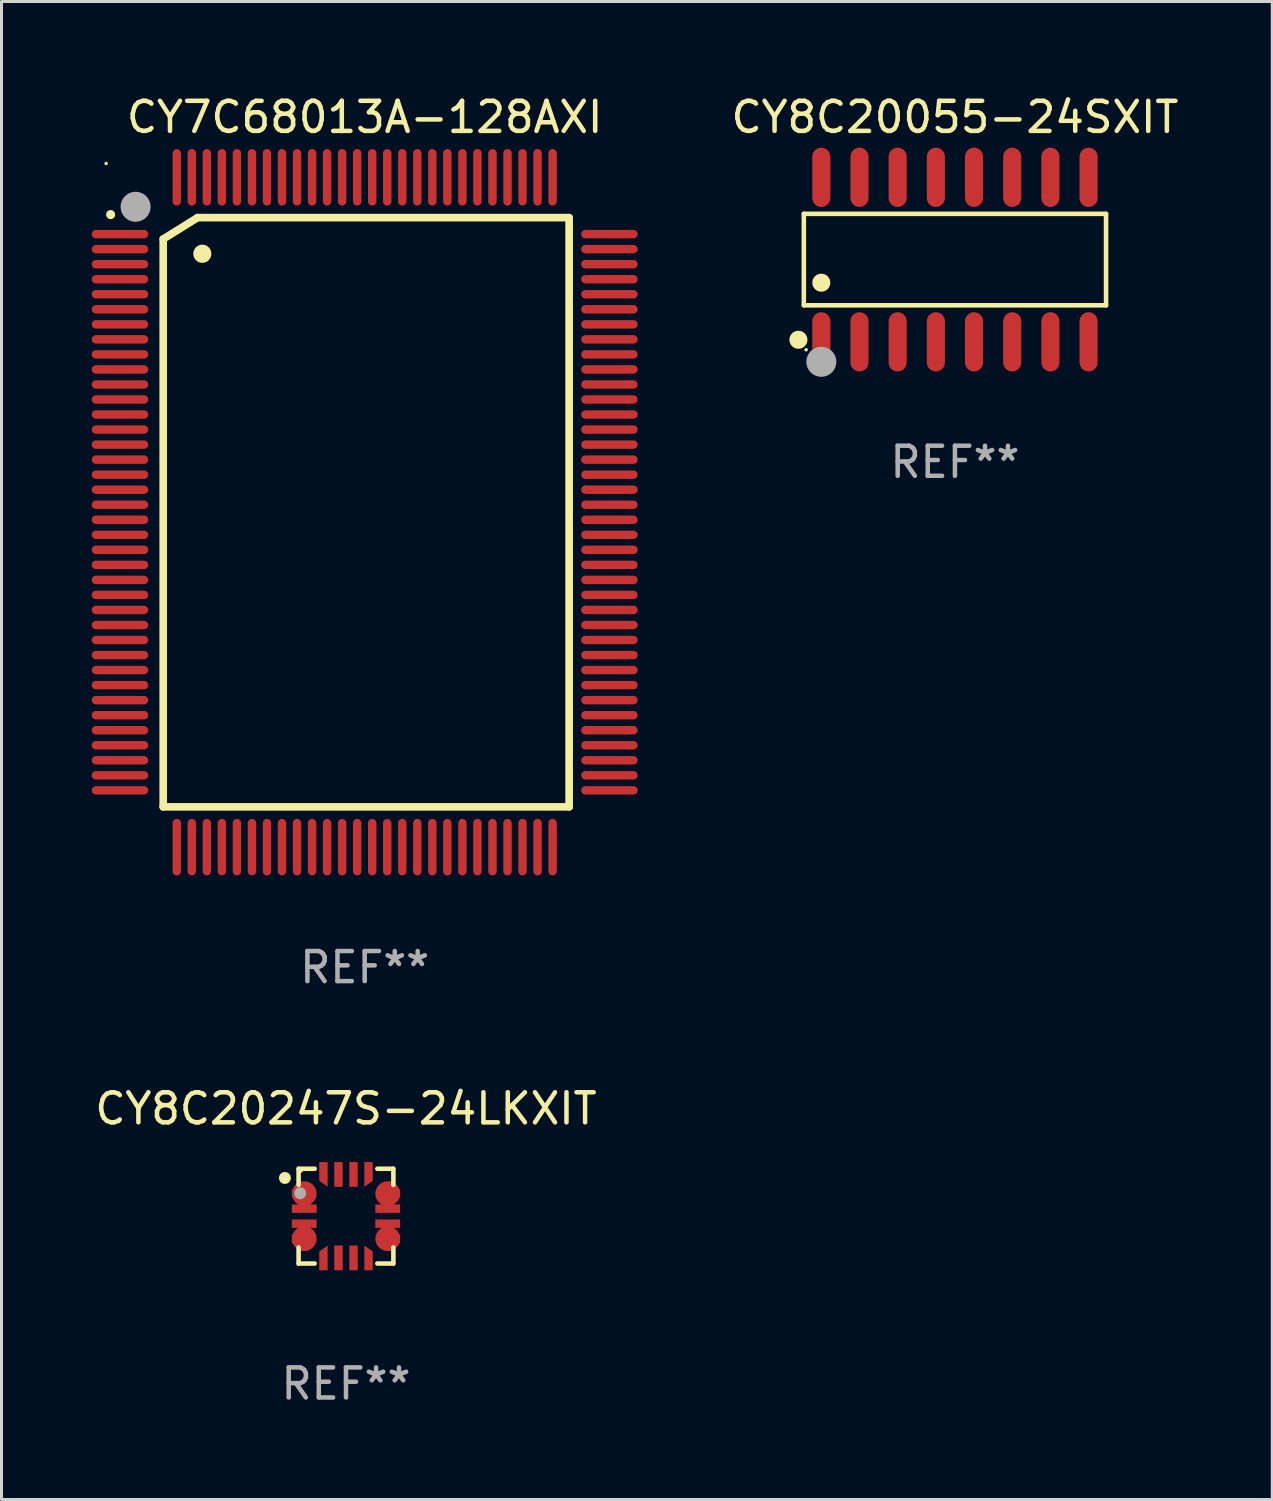
<source format=kicad_pcb>
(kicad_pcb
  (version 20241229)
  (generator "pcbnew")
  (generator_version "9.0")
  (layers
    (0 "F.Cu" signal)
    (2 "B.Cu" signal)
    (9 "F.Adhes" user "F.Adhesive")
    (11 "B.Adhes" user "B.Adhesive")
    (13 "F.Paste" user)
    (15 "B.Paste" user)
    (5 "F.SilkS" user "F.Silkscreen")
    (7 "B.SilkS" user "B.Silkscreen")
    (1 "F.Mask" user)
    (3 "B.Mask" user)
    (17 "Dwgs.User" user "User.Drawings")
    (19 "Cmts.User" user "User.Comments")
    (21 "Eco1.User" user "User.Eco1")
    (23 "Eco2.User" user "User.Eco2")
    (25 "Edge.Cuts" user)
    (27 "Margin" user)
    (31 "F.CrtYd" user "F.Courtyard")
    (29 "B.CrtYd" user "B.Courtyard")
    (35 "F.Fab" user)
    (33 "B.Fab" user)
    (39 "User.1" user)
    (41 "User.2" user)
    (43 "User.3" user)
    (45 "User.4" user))
  (footprint "CY7C68013A-128AXI"
    (layer "F.Cu")
    (at 9.08 13.988)
    (property "Reference" "CY7C68013A-128AXI" (at 0 -13.14 0) (layer "F.SilkS") (effects (font (size 1 1) (thickness 0.15))))
    (attr through_hole)
    (fp_line (start -6.701 -9.088) (end -6.701 9.799) (stroke (width 0.254) (type solid)) (layer "F.SilkS"))
    (fp_line (start -6.701 9.799) (end 6.8 9.799) (stroke (width 0.254) (type solid)) (layer "F.SilkS"))
    (fp_line (start -5.56 -9.799) (end -6.701 -9.088) (stroke (width 0.254) (type solid)) (layer "F.SilkS"))
    (fp_line (start 6.8 -9.799) (end -5.56 -9.799) (stroke (width 0.254) (type solid)) (layer "F.SilkS"))
    (fp_line (start 6.8 9.799) (end 6.8 -9.799) (stroke (width 0.254) (type solid)) (layer "F.SilkS"))
    (fp_arc (start -8.450597 -9.8984) (mid -8.450602 -9.89967) (end -8.450597 -9.90094) (stroke (width 0.3) (type solid)) (layer "F.SilkS"))
    (fp_arc (start -5.400051 -8.595377) (mid -5.400062 -8.597917) (end -5.400051 -8.600457) (stroke (width 0.6) (type solid)) (layer "F.SilkS"))
    (fp_circle (center -8.6 -11.6) (end -8.57 -11.6) (stroke (width 0.06) (type solid)) (fill no) (layer "F.SilkS"))
    (fp_circle (center -7.62 -10.16) (end -7.37 -10.16) (stroke (width 0.5) (type solid)) (fill no) (layer "F.Fab"))
    (fp_text user "REF**" (at 0 15.14 0) (layer "F.Fab") (effects (font (size 1 1) (thickness 0.15))))
    (pad "1" smd oval (at -8.14 -9.25 90) (size 0.28 1.88) (layers "F.Cu" "F.Mask" "F.Paste"))
    (pad "2" smd oval (at -8.14 -8.75 90) (size 0.28 1.88) (layers "F.Cu" "F.Mask" "F.Paste"))
    (pad "3" smd oval (at -8.14 -8.25 90) (size 0.28 1.88) (layers "F.Cu" "F.Mask" "F.Paste"))
    (pad "4" smd oval (at -8.14 -7.75 90) (size 0.28 1.88) (layers "F.Cu" "F.Mask" "F.Paste"))
    (pad "5" smd oval (at -8.14 -7.25 90) (size 0.28 1.88) (layers "F.Cu" "F.Mask" "F.Paste"))
    (pad "6" smd oval (at -8.14 -6.75 90) (size 0.28 1.88) (layers "F.Cu" "F.Mask" "F.Paste"))
    (pad "7" smd oval (at -8.14 -6.25 90) (size 0.28 1.88) (layers "F.Cu" "F.Mask" "F.Paste"))
    (pad "8" smd oval (at -8.14 -5.75 90) (size 0.28 1.88) (layers "F.Cu" "F.Mask" "F.Paste"))
    (pad "9" smd oval (at -8.14 -5.25 90) (size 0.28 1.88) (layers "F.Cu" "F.Mask" "F.Paste"))
    (pad "10" smd oval (at -8.14 -4.75 90) (size 0.28 1.88) (layers "F.Cu" "F.Mask" "F.Paste"))
    (pad "11" smd oval (at -8.14 -4.25 90) (size 0.28 1.88) (layers "F.Cu" "F.Mask" "F.Paste"))
    (pad "12" smd oval (at -8.14 -3.75 90) (size 0.28 1.88) (layers "F.Cu" "F.Mask" "F.Paste"))
    (pad "13" smd oval (at -8.14 -3.25 90) (size 0.28 1.88) (layers "F.Cu" "F.Mask" "F.Paste"))
    (pad "14" smd oval (at -8.14 -2.75 90) (size 0.28 1.88) (layers "F.Cu" "F.Mask" "F.Paste"))
    (pad "15" smd oval (at -8.14 -2.25 90) (size 0.28 1.88) (layers "F.Cu" "F.Mask" "F.Paste"))
    (pad "16" smd oval (at -8.14 -1.75 90) (size 0.28 1.88) (layers "F.Cu" "F.Mask" "F.Paste"))
    (pad "17" smd oval (at -8.14 -1.25 90) (size 0.28 1.88) (layers "F.Cu" "F.Mask" "F.Paste"))
    (pad "18" smd oval (at -8.14 -0.75 90) (size 0.28 1.88) (layers "F.Cu" "F.Mask" "F.Paste"))
    (pad "19" smd oval (at -8.14 -0.25 90) (size 0.28 1.88) (layers "F.Cu" "F.Mask" "F.Paste"))
    (pad "20" smd oval (at -8.14 0.25 90) (size 0.28 1.88) (layers "F.Cu" "F.Mask" "F.Paste"))
    (pad "21" smd oval (at -8.14 0.75 90) (size 0.28 1.88) (layers "F.Cu" "F.Mask" "F.Paste"))
    (pad "22" smd oval (at -8.14 1.25 90) (size 0.28 1.88) (layers "F.Cu" "F.Mask" "F.Paste"))
    (pad "23" smd oval (at -8.14 1.75 90) (size 0.28 1.88) (layers "F.Cu" "F.Mask" "F.Paste"))
    (pad "24" smd oval (at -8.14 2.25 90) (size 0.28 1.88) (layers "F.Cu" "F.Mask" "F.Paste"))
    (pad "25" smd oval (at -8.14 2.75 90) (size 0.28 1.88) (layers "F.Cu" "F.Mask" "F.Paste"))
    (pad "26" smd oval (at -8.14 3.25 90) (size 0.28 1.88) (layers "F.Cu" "F.Mask" "F.Paste"))
    (pad "27" smd oval (at -8.14 3.75 90) (size 0.28 1.88) (layers "F.Cu" "F.Mask" "F.Paste"))
    (pad "28" smd oval (at -8.14 4.25 90) (size 0.28 1.88) (layers "F.Cu" "F.Mask" "F.Paste"))
    (pad "29" smd oval (at -8.14 4.75 90) (size 0.28 1.88) (layers "F.Cu" "F.Mask" "F.Paste"))
    (pad "30" smd oval (at -8.14 5.25 90) (size 0.28 1.88) (layers "F.Cu" "F.Mask" "F.Paste"))
    (pad "31" smd oval (at -8.14 5.75 90) (size 0.28 1.88) (layers "F.Cu" "F.Mask" "F.Paste"))
    (pad "32" smd oval (at -8.14 6.25 90) (size 0.28 1.88) (layers "F.Cu" "F.Mask" "F.Paste"))
    (pad "33" smd oval (at -8.14 6.75 90) (size 0.28 1.88) (layers "F.Cu" "F.Mask" "F.Paste"))
    (pad "34" smd oval (at -8.14 7.25 90) (size 0.28 1.88) (layers "F.Cu" "F.Mask" "F.Paste"))
    (pad "35" smd oval (at -8.14 7.75 90) (size 0.28 1.88) (layers "F.Cu" "F.Mask" "F.Paste"))
    (pad "36" smd oval (at -8.14 8.25 90) (size 0.28 1.88) (layers "F.Cu" "F.Mask" "F.Paste"))
    (pad "37" smd oval (at -8.14 8.75 90) (size 0.28 1.88) (layers "F.Cu" "F.Mask" "F.Paste"))
    (pad "38" smd oval (at -8.14 9.25 90) (size 0.28 1.88) (layers "F.Cu" "F.Mask" "F.Paste"))
    (pad "39" smd oval (at -6.25 11.14 180) (size 0.28 1.88) (layers "F.Cu" "F.Mask" "F.Paste"))
    (pad "40" smd oval (at -5.75 11.14 180) (size 0.28 1.88) (layers "F.Cu" "F.Mask" "F.Paste"))
    (pad "41" smd oval (at -5.25 11.14 180) (size 0.28 1.88) (layers "F.Cu" "F.Mask" "F.Paste"))
    (pad "42" smd oval (at -4.75 11.14 180) (size 0.28 1.88) (layers "F.Cu" "F.Mask" "F.Paste"))
    (pad "43" smd oval (at -4.25 11.14 180) (size 0.28 1.88) (layers "F.Cu" "F.Mask" "F.Paste"))
    (pad "44" smd oval (at -3.75 11.14 180) (size 0.28 1.88) (layers "F.Cu" "F.Mask" "F.Paste"))
    (pad "45" smd oval (at -3.25 11.14 180) (size 0.28 1.88) (layers "F.Cu" "F.Mask" "F.Paste"))
    (pad "46" smd oval (at -2.75 11.14 180) (size 0.28 1.88) (layers "F.Cu" "F.Mask" "F.Paste"))
    (pad "47" smd oval (at -2.25 11.14 180) (size 0.28 1.88) (layers "F.Cu" "F.Mask" "F.Paste"))
    (pad "48" smd oval (at -1.75 11.14 180) (size 0.28 1.88) (layers "F.Cu" "F.Mask" "F.Paste"))
    (pad "49" smd oval (at -1.25 11.14 180) (size 0.28 1.88) (layers "F.Cu" "F.Mask" "F.Paste"))
    (pad "50" smd oval (at -0.75 11.14 180) (size 0.28 1.88) (layers "F.Cu" "F.Mask" "F.Paste"))
    (pad "51" smd oval (at -0.25 11.14 180) (size 0.28 1.88) (layers "F.Cu" "F.Mask" "F.Paste"))
    (pad "52" smd oval (at 0.25 11.14 180) (size 0.28 1.88) (layers "F.Cu" "F.Mask" "F.Paste"))
    (pad "53" smd oval (at 0.75 11.14 180) (size 0.28 1.88) (layers "F.Cu" "F.Mask" "F.Paste"))
    (pad "54" smd oval (at 1.25 11.14 180) (size 0.28 1.88) (layers "F.Cu" "F.Mask" "F.Paste"))
    (pad "55" smd oval (at 1.75 11.14 180) (size 0.28 1.88) (layers "F.Cu" "F.Mask" "F.Paste"))
    (pad "56" smd oval (at 2.25 11.14 180) (size 0.28 1.88) (layers "F.Cu" "F.Mask" "F.Paste"))
    (pad "57" smd oval (at 2.75 11.14 180) (size 0.28 1.88) (layers "F.Cu" "F.Mask" "F.Paste"))
    (pad "58" smd oval (at 3.25 11.14 180) (size 0.28 1.88) (layers "F.Cu" "F.Mask" "F.Paste"))
    (pad "59" smd oval (at 3.75 11.14 180) (size 0.28 1.88) (layers "F.Cu" "F.Mask" "F.Paste"))
    (pad "60" smd oval (at 4.25 11.14 180) (size 0.28 1.88) (layers "F.Cu" "F.Mask" "F.Paste"))
    (pad "61" smd oval (at 4.75 11.14 180) (size 0.28 1.88) (layers "F.Cu" "F.Mask" "F.Paste"))
    (pad "62" smd oval (at 5.25 11.14 180) (size 0.28 1.88) (layers "F.Cu" "F.Mask" "F.Paste"))
    (pad "63" smd oval (at 5.75 11.14 180) (size 0.28 1.88) (layers "F.Cu" "F.Mask" "F.Paste"))
    (pad "64" smd oval (at 6.25 11.14 180) (size 0.28 1.88) (layers "F.Cu" "F.Mask" "F.Paste"))
    (pad "65" smd oval (at 8.14 9.25 270) (size 0.28 1.88) (layers "F.Cu" "F.Mask" "F.Paste"))
    (pad "66" smd oval (at 8.14 8.75 270) (size 0.28 1.88) (layers "F.Cu" "F.Mask" "F.Paste"))
    (pad "67" smd oval (at 8.14 8.25 270) (size 0.28 1.88) (layers "F.Cu" "F.Mask" "F.Paste"))
    (pad "68" smd oval (at 8.14 7.75 270) (size 0.28 1.88) (layers "F.Cu" "F.Mask" "F.Paste"))
    (pad "69" smd oval (at 8.14 7.25 270) (size 0.28 1.88) (layers "F.Cu" "F.Mask" "F.Paste"))
    (pad "70" smd oval (at 8.14 6.75 270) (size 0.28 1.88) (layers "F.Cu" "F.Mask" "F.Paste"))
    (pad "71" smd oval (at 8.14 6.25 270) (size 0.28 1.88) (layers "F.Cu" "F.Mask" "F.Paste"))
    (pad "72" smd oval (at 8.14 5.75 270) (size 0.28 1.88) (layers "F.Cu" "F.Mask" "F.Paste"))
    (pad "73" smd oval (at 8.14 5.25 270) (size 0.28 1.88) (layers "F.Cu" "F.Mask" "F.Paste"))
    (pad "74" smd oval (at 8.14 4.75 270) (size 0.28 1.88) (layers "F.Cu" "F.Mask" "F.Paste"))
    (pad "75" smd oval (at 8.14 4.25 270) (size 0.28 1.88) (layers "F.Cu" "F.Mask" "F.Paste"))
    (pad "76" smd oval (at 8.14 3.75 270) (size 0.28 1.88) (layers "F.Cu" "F.Mask" "F.Paste"))
    (pad "77" smd oval (at 8.14 3.25 270) (size 0.28 1.88) (layers "F.Cu" "F.Mask" "F.Paste"))
    (pad "78" smd oval (at 8.14 2.75 270) (size 0.28 1.88) (layers "F.Cu" "F.Mask" "F.Paste"))
    (pad "79" smd oval (at 8.14 2.25 270) (size 0.28 1.88) (layers "F.Cu" "F.Mask" "F.Paste"))
    (pad "80" smd oval (at 8.14 1.75 270) (size 0.28 1.88) (layers "F.Cu" "F.Mask" "F.Paste"))
    (pad "81" smd oval (at 8.14 1.25 270) (size 0.28 1.88) (layers "F.Cu" "F.Mask" "F.Paste"))
    (pad "82" smd oval (at 8.14 0.75 270) (size 0.28 1.88) (layers "F.Cu" "F.Mask" "F.Paste"))
    (pad "83" smd oval (at 8.14 0.25 270) (size 0.28 1.88) (layers "F.Cu" "F.Mask" "F.Paste"))
    (pad "84" smd oval (at 8.14 -0.25 270) (size 0.28 1.88) (layers "F.Cu" "F.Mask" "F.Paste"))
    (pad "85" smd oval (at 8.14 -0.75 270) (size 0.28 1.88) (layers "F.Cu" "F.Mask" "F.Paste"))
    (pad "86" smd oval (at 8.14 -1.25 270) (size 0.28 1.88) (layers "F.Cu" "F.Mask" "F.Paste"))
    (pad "87" smd oval (at 8.14 -1.75 270) (size 0.28 1.88) (layers "F.Cu" "F.Mask" "F.Paste"))
    (pad "88" smd oval (at 8.14 -2.25 270) (size 0.28 1.88) (layers "F.Cu" "F.Mask" "F.Paste"))
    (pad "89" smd oval (at 8.14 -2.75 270) (size 0.28 1.88) (layers "F.Cu" "F.Mask" "F.Paste"))
    (pad "90" smd oval (at 8.14 -3.25 270) (size 0.28 1.88) (layers "F.Cu" "F.Mask" "F.Paste"))
    (pad "91" smd oval (at 8.14 -3.75 270) (size 0.28 1.88) (layers "F.Cu" "F.Mask" "F.Paste"))
    (pad "92" smd oval (at 8.14 -4.25 270) (size 0.28 1.88) (layers "F.Cu" "F.Mask" "F.Paste"))
    (pad "93" smd oval (at 8.14 -4.75 270) (size 0.28 1.88) (layers "F.Cu" "F.Mask" "F.Paste"))
    (pad "94" smd oval (at 8.14 -5.25 270) (size 0.28 1.88) (layers "F.Cu" "F.Mask" "F.Paste"))
    (pad "95" smd oval (at 8.14 -5.75 270) (size 0.28 1.88) (layers "F.Cu" "F.Mask" "F.Paste"))
    (pad "96" smd oval (at 8.14 -6.25 270) (size 0.28 1.88) (layers "F.Cu" "F.Mask" "F.Paste"))
    (pad "97" smd oval (at 8.14 -6.75 270) (size 0.28 1.88) (layers "F.Cu" "F.Mask" "F.Paste"))
    (pad "98" smd oval (at 8.14 -7.25 270) (size 0.28 1.88) (layers "F.Cu" "F.Mask" "F.Paste"))
    (pad "99" smd oval (at 8.14 -7.75 270) (size 0.28 1.88) (layers "F.Cu" "F.Mask" "F.Paste"))
    (pad "100" smd oval (at 8.14 -8.25 270) (size 0.28 1.88) (layers "F.Cu" "F.Mask" "F.Paste"))
    (pad "101" smd oval (at 8.14 -8.75 270) (size 0.28 1.88) (layers "F.Cu" "F.Mask" "F.Paste"))
    (pad "102" smd oval (at 8.14 -9.25 270) (size 0.28 1.88) (layers "F.Cu" "F.Mask" "F.Paste"))
    (pad "103" smd oval (at 6.25 -11.14) (size 0.28 1.88) (layers "F.Cu" "F.Mask" "F.Paste"))
    (pad "104" smd oval (at 5.75 -11.14) (size 0.28 1.88) (layers "F.Cu" "F.Mask" "F.Paste"))
    (pad "105" smd oval (at 5.25 -11.14) (size 0.28 1.88) (layers "F.Cu" "F.Mask" "F.Paste"))
    (pad "106" smd oval (at 4.75 -11.14) (size 0.28 1.88) (layers "F.Cu" "F.Mask" "F.Paste"))
    (pad "107" smd oval (at 4.25 -11.14) (size 0.28 1.88) (layers "F.Cu" "F.Mask" "F.Paste"))
    (pad "108" smd oval (at 3.75 -11.14) (size 0.28 1.88) (layers "F.Cu" "F.Mask" "F.Paste"))
    (pad "109" smd oval (at 3.25 -11.14) (size 0.28 1.88) (layers "F.Cu" "F.Mask" "F.Paste"))
    (pad "110" smd oval (at 2.75 -11.14) (size 0.28 1.88) (layers "F.Cu" "F.Mask" "F.Paste"))
    (pad "111" smd oval (at 2.25 -11.14) (size 0.28 1.88) (layers "F.Cu" "F.Mask" "F.Paste"))
    (pad "112" smd oval (at 1.75 -11.14) (size 0.28 1.88) (layers "F.Cu" "F.Mask" "F.Paste"))
    (pad "113" smd oval (at 1.25 -11.14) (size 0.28 1.88) (layers "F.Cu" "F.Mask" "F.Paste"))
    (pad "114" smd oval (at 0.75 -11.14) (size 0.28 1.88) (layers "F.Cu" "F.Mask" "F.Paste"))
    (pad "115" smd oval (at 0.25 -11.14) (size 0.28 1.88) (layers "F.Cu" "F.Mask" "F.Paste"))
    (pad "116" smd oval (at -0.25 -11.14) (size 0.28 1.88) (layers "F.Cu" "F.Mask" "F.Paste"))
    (pad "117" smd oval (at -0.75 -11.14) (size 0.28 1.88) (layers "F.Cu" "F.Mask" "F.Paste"))
    (pad "118" smd oval (at -1.25 -11.14) (size 0.28 1.88) (layers "F.Cu" "F.Mask" "F.Paste"))
    (pad "119" smd oval (at -1.75 -11.14) (size 0.28 1.88) (layers "F.Cu" "F.Mask" "F.Paste"))
    (pad "120" smd oval (at -2.25 -11.14) (size 0.28 1.88) (layers "F.Cu" "F.Mask" "F.Paste"))
    (pad "121" smd oval (at -2.75 -11.14) (size 0.28 1.88) (layers "F.Cu" "F.Mask" "F.Paste"))
    (pad "122" smd oval (at -3.25 -11.14) (size 0.28 1.88) (layers "F.Cu" "F.Mask" "F.Paste"))
    (pad "123" smd oval (at -3.75 -11.14) (size 0.28 1.88) (layers "F.Cu" "F.Mask" "F.Paste"))
    (pad "124" smd oval (at -4.25 -11.14) (size 0.28 1.88) (layers "F.Cu" "F.Mask" "F.Paste"))
    (pad "125" smd oval (at -4.75 -11.14) (size 0.28 1.88) (layers "F.Cu" "F.Mask" "F.Paste"))
    (pad "126" smd oval (at -5.25 -11.14) (size 0.28 1.88) (layers "F.Cu" "F.Mask" "F.Paste"))
    (pad "127" smd oval (at -5.75 -11.14) (size 0.28 1.88) (layers "F.Cu" "F.Mask" "F.Paste"))
    (pad "128" smd oval (at -6.25 -11.14) (size 0.28 1.88) (layers "F.Cu" "F.Mask" "F.Paste")))
  (footprint "CY8C20247S-24LKXIT"
    (layer "F.Cu")
    (at 8.458 37.401)
    (property "Reference" "CY8C20247S-24LKXIT" (at 0 -3.576 0) (layer "F.SilkS") (effects (font (size 1 1) (thickness 0.15))))
    (attr through_hole)
    (fp_line (start -1.576 -1.576) (end -1.042 -1.576) (stroke (width 0.152) (type solid)) (layer "F.SilkS"))
    (fp_line (start -1.576 -1.042) (end -1.576 -1.576) (stroke (width 0.152) (type solid)) (layer "F.SilkS"))
    (fp_line (start -1.576 1.042) (end -1.576 1.576) (stroke (width 0.152) (type solid)) (layer "F.SilkS"))
    (fp_line (start -1.576 1.576) (end -1.042 1.576) (stroke (width 0.152) (type solid)) (layer "F.SilkS"))
    (fp_line (start 1.576 -1.576) (end 1.042 -1.576) (stroke (width 0.152) (type solid)) (layer "F.SilkS"))
    (fp_line (start 1.576 -1.042) (end 1.576 -1.576) (stroke (width 0.152) (type solid)) (layer "F.SilkS"))
    (fp_line (start 1.576 1.042) (end 1.576 1.576) (stroke (width 0.152) (type solid)) (layer "F.SilkS"))
    (fp_line (start 1.576 1.576) (end 1.042 1.576) (stroke (width 0.152) (type solid)) (layer "F.SilkS"))
    (fp_circle (center -2.032 -1.27) (end -1.932 -1.27) (stroke (width 0.2) (type solid)) (fill no) (layer "F.SilkS"))
    (fp_circle (center -1.5 -1.5) (end -1.47 -1.5) (stroke (width 0.06) (type solid)) (fill no) (layer "F.SilkS"))
    (fp_circle (center -1.524 -0.762) (end -1.424 -0.762) (stroke (width 0.2) (type solid)) (fill no) (layer "F.Fab"))
    (fp_text user "REF**" (at 0 5.576 0) (layer "F.Fab") (effects (font (size 1 1) (thickness 0.15))))
    (pad "1" smd custom (at -1.388 -0.75) (size 0.825 0.28) (layers "F.Cu" "F.Mask" "F.Paste") (options (anchor circle)) (primitives (gr_poly (pts (xy -0.412 -0.14) (xy 0.212 -0.14) (xy 0.412 0.14) (xy -0.412 0.14)) (width 0) (fill yes))))
    (pad "2" smd rect (at -1.388 -0.25) (size 0.825 0.28) (layers "F.Cu" "F.Mask" "F.Paste"))
    (pad "3" smd rect (at -1.388 0.25) (size 0.825 0.28) (layers "F.Cu" "F.Mask" "F.Paste"))
    (pad "4" smd custom (at -1.388 0.75) (size 0.825 0.28) (layers "F.Cu" "F.Mask" "F.Paste") (options (anchor circle)) (primitives (gr_poly (pts (xy -0.412 -0.14) (xy 0.412 -0.14) (xy 0.212 0.14) (xy -0.412 0.14)) (width 0) (fill yes))))
    (pad "5" smd custom (at -0.75 1.388) (size 0.28 0.825) (layers "F.Cu" "F.Mask" "F.Paste") (options (anchor circle)) (primitives (gr_poly (pts (xy -0.14 -0.212) (xy 0.14 -0.412) (xy 0.14 0.412) (xy -0.14 0.412)) (width 0) (fill yes))))
    (pad "6" smd rect (at -0.25 1.388) (size 0.28 0.825) (layers "F.Cu" "F.Mask" "F.Paste"))
    (pad "7" smd rect (at 0.25 1.388) (size 0.28 0.825) (layers "F.Cu" "F.Mask" "F.Paste"))
    (pad "8" smd custom (at 0.75 1.388) (size 0.28 0.825) (layers "F.Cu" "F.Mask" "F.Paste") (options (anchor circle)) (primitives (gr_poly (pts (xy -0.14 -0.412) (xy 0.14 -0.212) (xy 0.14 0.412) (xy -0.14 0.412)) (width 0) (fill yes))))
    (pad "9" smd custom (at 1.388 0.75) (size 0.825 0.28) (layers "F.Cu" "F.Mask" "F.Paste") (options (anchor circle)) (primitives (gr_poly (pts (xy -0.412 -0.14) (xy 0.412 -0.14) (xy 0.412 0.14) (xy -0.212 0.14)) (width 0) (fill yes))))
    (pad "10" smd rect (at 1.388 0.25) (size 0.825 0.28) (layers "F.Cu" "F.Mask" "F.Paste"))
    (pad "11" smd rect (at 1.388 -0.25) (size 0.825 0.28) (layers "F.Cu" "F.Mask" "F.Paste"))
    (pad "12" smd custom (at 1.388 -0.75) (size 0.825 0.28) (layers "F.Cu" "F.Mask" "F.Paste") (options (anchor circle)) (primitives (gr_poly (pts (xy -0.212 -0.14) (xy 0.412 -0.14) (xy 0.412 0.14) (xy -0.412 0.14)) (width 0) (fill yes))))
    (pad "13" smd custom (at 0.75 -1.388) (size 0.28 0.825) (layers "F.Cu" "F.Mask" "F.Paste") (options (anchor circle)) (primitives (gr_poly (pts (xy -0.14 -0.412) (xy 0.14 -0.412) (xy 0.14 0.212) (xy -0.14 0.412)) (width 0) (fill yes))))
    (pad "14" smd rect (at 0.25 -1.388) (size 0.28 0.825) (layers "F.Cu" "F.Mask" "F.Paste"))
    (pad "15" smd rect (at -0.25 -1.388) (size 0.28 0.825) (layers "F.Cu" "F.Mask" "F.Paste"))
    (pad "16" smd custom (at -0.75 -1.388) (size 0.28 0.825) (layers "F.Cu" "F.Mask" "F.Paste") (options (anchor circle)) (primitives (gr_poly (pts (xy -0.14 -0.412) (xy 0.14 -0.412) (xy 0.14 0.412) (xy -0.14 0.212)) (width 0) (fill yes)))))
  (footprint "CY8C20055-24SXIT"
    (layer "F.Cu")
    (at 28.713 5.584)
    (property "Reference" "CY8C20055-24SXIT" (at 0 -4.736 0) (layer "F.SilkS") (effects (font (size 1 1) (thickness 0.15))))
    (attr through_hole)
    (fp_line (start -5.026 -1.521) (end 5.026 -1.521) (stroke (width 0.152) (type solid)) (layer "F.SilkS"))
    (fp_line (start -5.026 1.521) (end -5.026 -1.521) (stroke (width 0.152) (type solid)) (layer "F.SilkS"))
    (fp_line (start 5.026 -1.521) (end 5.026 1.521) (stroke (width 0.152) (type solid)) (layer "F.SilkS"))
    (fp_line (start 5.026 1.521) (end -5.026 1.521) (stroke (width 0.152) (type solid)) (layer "F.SilkS"))
    (fp_circle (center -5.207 2.667) (end -5.057 2.667) (stroke (width 0.3) (type solid)) (fill no) (layer "F.SilkS"))
    (fp_circle (center -4.95 3) (end -4.92 3) (stroke (width 0.06) (type solid)) (fill no) (layer "F.SilkS"))
    (fp_circle (center -4.445 0.769) (end -4.295 0.769) (stroke (width 0.3) (type solid)) (fill no) (layer "F.SilkS"))
    (fp_circle (center -4.445 3.4) (end -4.195 3.4) (stroke (width 0.5) (type solid)) (fill no) (layer "F.Fab"))
    (fp_text user "REF**" (at 0 6.736 0) (layer "F.Fab") (effects (font (size 1 1) (thickness 0.15))))
    (pad "1" smd oval (at -4.445 2.736) (size 0.602 1.971) (layers "F.Cu" "F.Mask" "F.Paste"))
    (pad "2" smd oval (at -3.175 2.736) (size 0.602 1.971) (layers "F.Cu" "F.Mask" "F.Paste"))
    (pad "3" smd oval (at -1.905 2.736) (size 0.602 1.971) (layers "F.Cu" "F.Mask" "F.Paste"))
    (pad "4" smd oval (at -0.635 2.736) (size 0.602 1.971) (layers "F.Cu" "F.Mask" "F.Paste"))
    (pad "5" smd oval (at 0.635 2.736) (size 0.602 1.971) (layers "F.Cu" "F.Mask" "F.Paste"))
    (pad "6" smd oval (at 1.905 2.736) (size 0.602 1.971) (layers "F.Cu" "F.Mask" "F.Paste"))
    (pad "7" smd oval (at 3.175 2.736) (size 0.602 1.971) (layers "F.Cu" "F.Mask" "F.Paste"))
    (pad "8" smd oval (at 4.445 2.736) (size 0.602 1.971) (layers "F.Cu" "F.Mask" "F.Paste"))
    (pad "9" smd oval (at 4.445 -2.736) (size 0.602 1.971) (layers "F.Cu" "F.Mask" "F.Paste"))
    (pad "10" smd oval (at 3.175 -2.736) (size 0.602 1.971) (layers "F.Cu" "F.Mask" "F.Paste"))
    (pad "11" smd oval (at 1.905 -2.736) (size 0.602 1.971) (layers "F.Cu" "F.Mask" "F.Paste"))
    (pad "12" smd oval (at 0.635 -2.736) (size 0.602 1.971) (layers "F.Cu" "F.Mask" "F.Paste"))
    (pad "13" smd oval (at -0.635 -2.736) (size 0.602 1.971) (layers "F.Cu" "F.Mask" "F.Paste"))
    (pad "14" smd oval (at -1.905 -2.736) (size 0.602 1.971) (layers "F.Cu" "F.Mask" "F.Paste"))
    (pad "15" smd oval (at -3.175 -2.736) (size 0.602 1.971) (layers "F.Cu" "F.Mask" "F.Paste"))
    (pad "16" smd oval (at -4.445 -2.736) (size 0.602 1.971) (layers "F.Cu" "F.Mask" "F.Paste")))
  (gr_rect
    (start -3 -3)
    (end 39.267 46.825)
    (stroke (width 0.1) (type default))
    (fill no)
    (layer "Edge.Cuts")))
</source>
